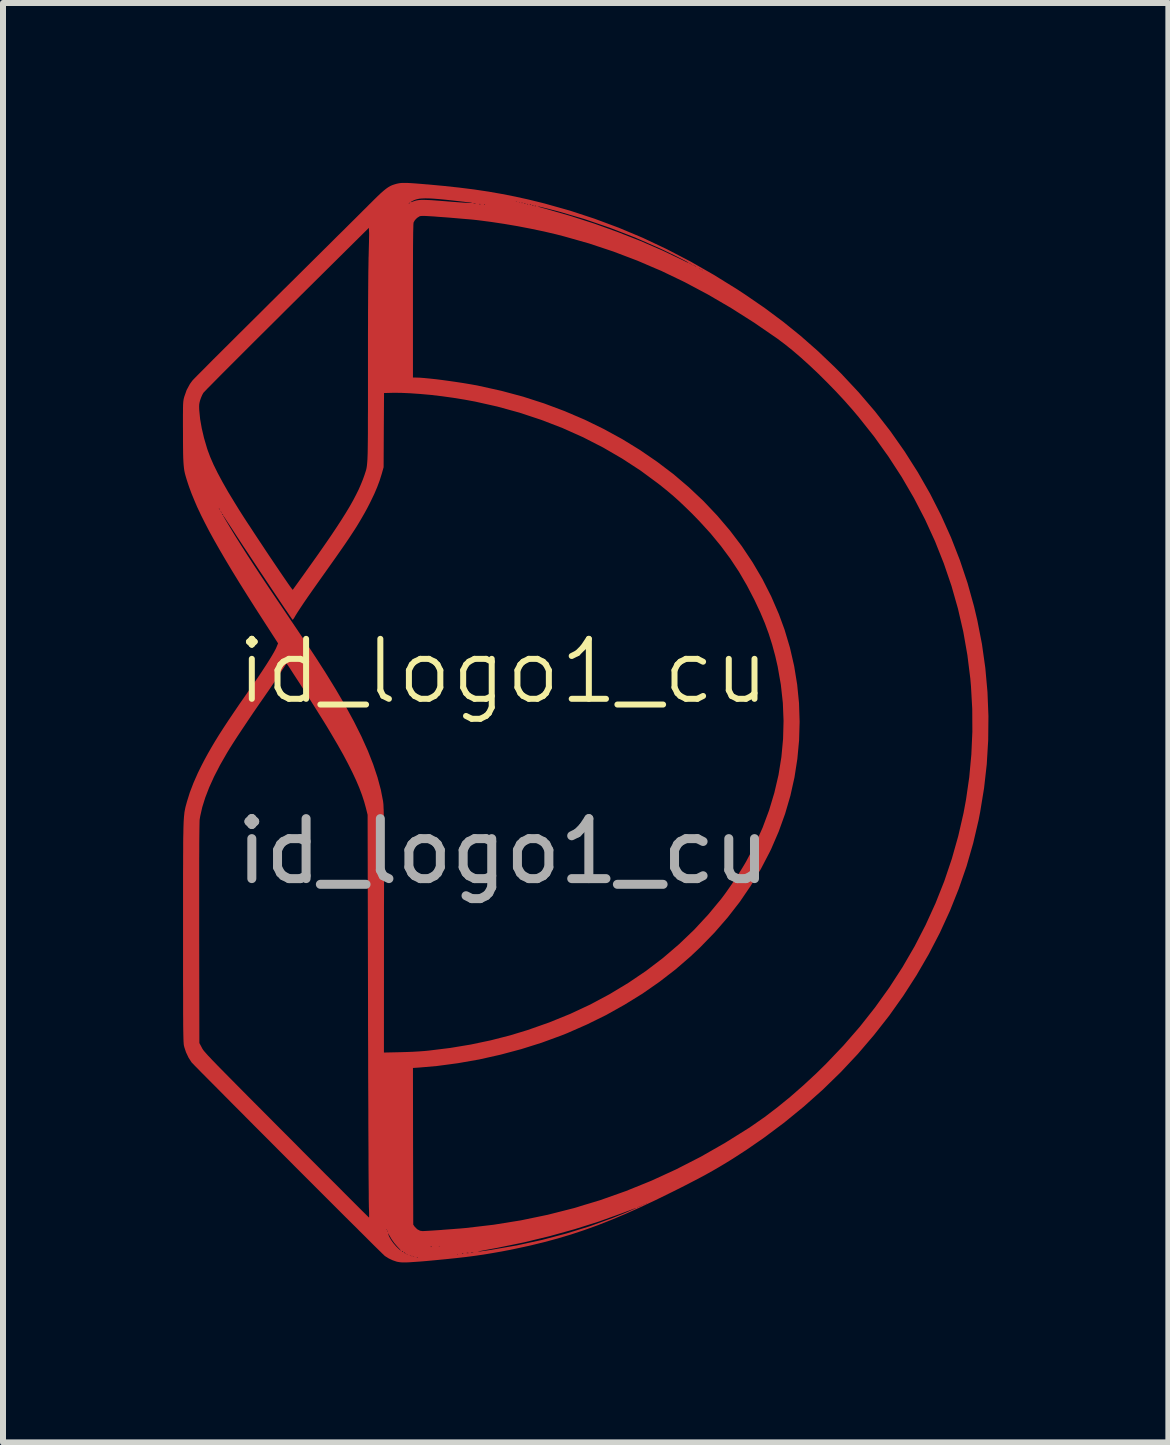
<source format=kicad_pcb>
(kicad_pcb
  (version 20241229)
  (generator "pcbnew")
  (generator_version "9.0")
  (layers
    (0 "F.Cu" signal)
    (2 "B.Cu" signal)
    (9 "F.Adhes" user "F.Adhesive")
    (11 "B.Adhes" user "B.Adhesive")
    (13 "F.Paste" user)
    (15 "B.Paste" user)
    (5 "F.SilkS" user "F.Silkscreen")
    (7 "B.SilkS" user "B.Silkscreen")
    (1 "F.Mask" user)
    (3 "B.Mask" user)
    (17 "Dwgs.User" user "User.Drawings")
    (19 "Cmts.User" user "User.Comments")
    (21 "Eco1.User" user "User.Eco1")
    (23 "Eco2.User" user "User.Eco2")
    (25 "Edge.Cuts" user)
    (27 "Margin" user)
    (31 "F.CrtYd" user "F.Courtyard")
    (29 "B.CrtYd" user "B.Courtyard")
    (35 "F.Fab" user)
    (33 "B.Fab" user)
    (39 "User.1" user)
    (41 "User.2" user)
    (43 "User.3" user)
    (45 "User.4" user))
  (footprint "id_logo1_cu"
    (layer "F.Cu")
    (at 5.339 8.644)
    (property "Reference" "id_logo1_cu" (at 0 -0.5 0) (unlocked yes) (layer "F.SilkS") (effects (font (size 1 1) (thickness 0.1))))
    (attr smd)
    (fp_poly (pts (xy -1.6 -8.644) (xy -1.541 -8.641) (xy -1.468 -8.636) (xy -1.381 -8.629) (xy -1.275 -8.62) (xy -1.268 -8.62) (xy -0.99 -8.594) (xy -0.73 -8.566) (xy -0.484 -8.535) (xy -0.249 -8.5) (xy -0.021 -8.46) (xy 0.202 -8.416) (xy 0.424 -8.367) (xy 0.648 -8.312) (xy 0.695 -8.3) (xy 1.114 -8.182) (xy 1.525 -8.047) (xy 1.93 -7.896) (xy 2.33 -7.728) (xy 2.726 -7.541) (xy 3.12 -7.336) (xy 3.512 -7.112) (xy 3.904 -6.869) (xy 4.039 -6.78) (xy 4.362 -6.558) (xy 4.668 -6.33) (xy 4.961 -6.093) (xy 5.244 -5.844) (xy 5.521 -5.58) (xy 5.637 -5.464) (xy 5.926 -5.155) (xy 6.199 -4.836) (xy 6.455 -4.507) (xy 6.693 -4.168) (xy 6.914 -3.82) (xy 7.117 -3.465) (xy 7.302 -3.101) (xy 7.468 -2.731) (xy 7.615 -2.354) (xy 7.743 -1.972) (xy 7.851 -1.584) (xy 7.906 -1.35) (xy 7.983 -0.955) (xy 8.039 -0.557) (xy 8.075 -0.156) (xy 8.091 0.245) (xy 8.087 0.647) (xy 8.063 1.049) (xy 8.018 1.448) (xy 7.953 1.845) (xy 7.927 1.979) (xy 7.837 2.364) (xy 7.727 2.746) (xy 7.597 3.122) (xy 7.449 3.492) (xy 7.282 3.856) (xy 7.097 4.213) (xy 6.894 4.563) (xy 6.674 4.905) (xy 6.438 5.238) (xy 6.184 5.562) (xy 5.915 5.877) (xy 5.63 6.181) (xy 5.329 6.474) (xy 5.014 6.755) (xy 4.685 7.024) (xy 4.341 7.281) (xy 4.06 7.475) (xy 3.94 7.553) (xy 3.827 7.626) (xy 3.717 7.694) (xy 3.607 7.76) (xy 3.495 7.825) (xy 3.379 7.89) (xy 3.254 7.957) (xy 3.119 8.027) (xy 2.971 8.103) (xy 2.811 8.183) (xy 2.542 8.315) (xy 2.287 8.435) (xy 2.043 8.544) (xy 1.809 8.643) (xy 1.58 8.733) (xy 1.356 8.814) (xy 1.133 8.888) (xy 0.909 8.955) (xy 0.683 9.016) (xy 0.45 9.073) (xy 0.21 9.125) (xy 0.114 9.145) (xy -0.033 9.173) (xy -0.176 9.198) (xy -0.319 9.222) (xy -0.464 9.243) (xy -0.615 9.263) (xy -0.774 9.281) (xy -0.946 9.299) (xy -1.132 9.317) (xy -1.282 9.331) (xy -1.39 9.34) (xy -1.479 9.346) (xy -1.552 9.351) (xy -1.612 9.354) (xy -1.661 9.354) (xy -1.701 9.353) (xy -1.734 9.349) (xy -1.763 9.344) (xy -1.779 9.34) (xy -1.843 9.318) (xy -1.909 9.287) (xy -1.94 9.267) (xy -1.439 9.267) (xy -1.438 9.273) (xy -1.432 9.274) (xy -1.424 9.27) (xy -1.425 9.267) (xy -1.438 9.266) (xy -1.439 9.267) (xy -1.94 9.267) (xy -1.954 9.259) (xy -1.494 9.259) (xy -1.489 9.264) (xy -1.484 9.259) (xy -1.489 9.253) (xy -1.494 9.259) (xy -1.954 9.259) (xy -1.966 9.251) (xy -1.969 9.248) (xy -1.525 9.248) (xy -1.52 9.253) (xy -1.515 9.248) (xy -1.52 9.243) (xy -1.525 9.248) (xy -1.969 9.248) (xy -1.977 9.243) (xy -1.982 9.238) (xy -1.556 9.238) (xy -1.55 9.243) (xy -1.545 9.238) (xy -1.55 9.233) (xy -1.556 9.238) (xy -1.982 9.238) (xy -1.989 9.231) (xy -2.003 9.217) (xy -1.607 9.217) (xy -1.602 9.223) (xy -1.597 9.217) (xy -0.764 9.217) (xy -0.759 9.223) (xy -0.754 9.217) (xy -0.759 9.212) (xy -0.764 9.217) (xy -1.597 9.217) (xy -1.602 9.212) (xy -1.607 9.217) (xy -2.003 9.217) (xy -2.014 9.207) (xy -1.628 9.207) (xy -1.622 9.212) (xy -1.62 9.21) (xy -0.688 9.21) (xy -0.678 9.212) (xy -0.665 9.21) (xy -0.664 9.206) (xy -0.678 9.204) (xy -0.684 9.205) (xy -0.688 9.21) (xy -1.62 9.21) (xy -1.617 9.207) (xy -1.622 9.202) (xy -1.628 9.207) (xy -2.014 9.207) (xy -2.015 9.207) (xy -2.037 9.184) (xy -1.657 9.184) (xy -1.654 9.19) (xy -1.644 9.201) (xy -1.638 9.199) (xy -1.638 9.198) (xy -0.612 9.198) (xy -0.598 9.2) (xy -0.595 9.2) (xy -0.577 9.199) (xy -0.576 9.196) (xy -0.577 9.195) (xy -0.597 9.193) (xy -0.608 9.195) (xy -0.612 9.198) (xy -1.638 9.198) (xy -1.638 9.198) (xy -1.645 9.189) (xy -1.647 9.188) (xy -0.539 9.188) (xy -0.525 9.189) (xy -0.518 9.189) (xy -0.499 9.188) (xy -0.497 9.186) (xy -0.5 9.185) (xy -0.526 9.183) (xy -0.536 9.185) (xy -0.539 9.188) (xy -1.647 9.188) (xy -1.65 9.186) (xy -1.657 9.184) (xy -2.037 9.184) (xy -2.053 9.169) (xy -2.058 9.164) (xy -1.688 9.164) (xy -1.685 9.17) (xy -1.675 9.181) (xy -1.669 9.178) (xy -1.669 9.177) (xy -1.671 9.174) (xy -0.423 9.174) (xy -0.415 9.174) (xy -0.388 9.172) (xy -0.342 9.165) (xy -0.277 9.156) (xy -0.199 9.144) (xy 0.231 9.07) (xy 0.649 8.979) (xy 1.054 8.872) (xy 1.448 8.75) (xy 1.83 8.611) (xy 1.93 8.571) (xy 1.993 8.546) (xy 2.052 8.521) (xy 2.106 8.498) (xy 2.151 8.478) (xy 2.187 8.462) (xy 2.21 8.451) (xy 2.219 8.446) (xy 2.212 8.447) (xy 2.21 8.448) (xy 2.195 8.453) (xy 2.163 8.465) (xy 2.119 8.482) (xy 2.065 8.502) (xy 2.005 8.525) (xy 1.989 8.531) (xy 1.6 8.671) (xy 1.195 8.799) (xy 0.775 8.916) (xy 0.341 9.021) (xy -0.107 9.113) (xy -0.26 9.141) (xy -0.33 9.154) (xy -0.381 9.164) (xy -0.412 9.171) (xy -0.423 9.174) (xy -1.671 9.174) (xy -1.676 9.168) (xy -1.68 9.165) (xy -1.688 9.164) (xy -2.058 9.164) (xy -2.104 9.119) (xy -2.166 9.058) (xy -2.238 8.986) (xy -2.319 8.905) (xy -2.355 8.869) (xy -1.92 8.869) (xy -1.92 8.873) (xy -1.901 8.922) (xy -1.869 8.979) (xy -1.828 9.036) (xy -1.782 9.089) (xy -1.78 9.091) (xy -1.742 9.128) (xy -1.717 9.151) (xy -1.706 9.159) (xy -1.709 9.153) (xy -1.725 9.132) (xy -1.757 9.098) (xy -1.758 9.097) (xy -1.212 9.097) (xy -1.202 9.098) (xy -1.189 9.097) (xy -1.188 9.093) (xy -1.202 9.091) (xy -1.208 9.092) (xy -1.212 9.097) (xy -1.758 9.097) (xy -1.768 9.086) (xy -1.77 9.084) (xy -1.073 9.084) (xy -1.068 9.089) (xy -1.062 9.084) (xy -1.068 9.079) (xy -1.073 9.084) (xy -1.77 9.084) (xy -1.816 9.03) (xy -1.86 8.968) (xy -1.882 8.93) (xy -1.901 8.897) (xy -1.914 8.876) (xy -1.92 8.869) (xy -2.355 8.869) (xy -2.393 8.832) (xy -1.936 8.832) (xy -1.932 8.841) (xy -1.929 8.839) (xy -1.928 8.827) (xy -1.929 8.825) (xy -1.935 8.827) (xy -1.936 8.832) (xy -2.393 8.832) (xy -2.41 8.815) (xy -2.418 8.806) (xy -1.946 8.806) (xy -1.941 8.812) (xy -1.936 8.806) (xy -1.941 8.801) (xy -1.946 8.806) (xy -2.418 8.806) (xy -2.508 8.717) (xy -2.614 8.612) (xy -2.726 8.5) (xy -2.843 8.383) (xy -2.965 8.261) (xy -3.091 8.135) (xy -3.22 8.006) (xy -3.351 7.875) (xy -3.484 7.742) (xy -3.617 7.608) (xy -3.75 7.475) (xy -3.882 7.342) (xy -4.012 7.212) (xy -4.14 7.084) (xy -4.264 6.959) (xy -4.384 6.838) (xy -4.499 6.723) (xy -4.608 6.613) (xy -4.71 6.51) (xy -4.805 6.414) (xy -4.892 6.327) (xy -4.969 6.249) (xy -5.037 6.181) (xy -5.093 6.123) (xy -5.139 6.077) (xy -5.171 6.043) (xy -5.191 6.023) (xy -5.196 6.017) (xy -5.246 5.939) (xy -5.288 5.85) (xy -5.317 5.762) (xy -5.319 5.752) (xy -5.322 5.741) (xy -5.324 5.729) (xy -5.326 5.714) (xy -5.327 5.695) (xy -5.329 5.672) (xy -5.33 5.644) (xy -5.331 5.61) (xy -5.332 5.568) (xy -5.333 5.518) (xy -5.334 5.459) (xy -5.335 5.39) (xy -5.335 5.311) (xy -5.336 5.219) (xy -5.336 5.115) (xy -5.336 4.997) (xy -5.336 4.864) (xy -5.337 4.716) (xy -5.337 4.552) (xy -5.337 4.37) (xy -5.337 4.17) (xy -5.337 3.951) (xy -5.337 3.846) (xy -5.337 3.612) (xy -5.337 3.398) (xy -5.337 3.202) (xy -5.337 3.147) (xy -5.068 3.147) (xy -5.068 3.356) (xy -5.068 3.583) (xy -5.068 3.831) (xy -5.068 3.871) (xy -5.065 5.696) (xy -5.023 5.775) (xy -5.018 5.785) (xy -5.012 5.795) (xy -5.004 5.807) (xy -4.994 5.821) (xy -4.981 5.837) (xy -4.964 5.856) (xy -4.944 5.879) (xy -4.919 5.907) (xy -4.888 5.939) (xy -4.852 5.978) (xy -4.809 6.022) (xy -4.759 6.074) (xy -4.701 6.133) (xy -4.634 6.201) (xy -4.558 6.278) (xy -4.473 6.364) (xy -4.378 6.46) (xy -4.271 6.568) (xy -4.153 6.687) (xy -4.022 6.818) (xy -3.879 6.962) (xy -3.723 7.119) (xy -3.612 7.23) (xy -3.472 7.37) (xy -3.337 7.507) (xy -3.205 7.639) (xy -3.079 7.765) (xy -2.959 7.886) (xy -2.845 7.999) (xy -2.739 8.105) (xy -2.642 8.203) (xy -2.553 8.292) (xy -2.473 8.372) (xy -2.404 8.441) (xy -2.346 8.499) (xy -2.299 8.545) (xy -2.265 8.579) (xy -2.244 8.599) (xy -2.237 8.606) (xy -2.235 8.596) (xy -2.235 8.569) (xy -2.235 8.528) (xy -2.237 8.477) (xy -2.239 8.424) (xy -2.239 8.399) (xy -2.24 8.354) (xy -2.241 8.291) (xy -2.241 8.209) (xy -2.242 8.11) (xy -2.243 7.995) (xy -2.244 7.865) (xy -2.245 7.719) (xy -2.245 7.56) (xy -2.246 7.389) (xy -2.247 7.204) (xy -2.248 7.009) (xy -2.248 6.803) (xy -2.249 6.588) (xy -2.25 6.364) (xy -2.251 6.132) (xy -2.251 6.112) (xy -1.504 6.112) (xy -1.502 7.418) (xy -1.499 8.724) (xy -1.475 8.759) (xy -1.433 8.801) (xy -1.385 8.826) (xy -1.343 8.832) (xy -1.322 8.831) (xy -1.283 8.829) (xy -1.23 8.826) (xy -1.166 8.822) (xy -1.094 8.817) (xy -1.018 8.812) (xy -1.015 8.811) (xy -0.933 8.805) (xy -0.852 8.799) (xy -0.776 8.793) (xy -0.709 8.788) (xy -0.655 8.783) (xy -0.621 8.78) (xy -0.16 8.726) (xy 0.294 8.653) (xy 0.742 8.56) (xy 1.183 8.448) (xy 1.22 8.437) (xy 2.236 8.437) (xy 2.241 8.442) (xy 2.246 8.437) (xy 2.241 8.431) (xy 2.236 8.437) (xy 1.22 8.437) (xy 1.259 8.425) (xy 2.26 8.425) (xy 2.261 8.431) (xy 2.267 8.431) (xy 2.275 8.428) (xy 2.274 8.425) (xy 2.261 8.423) (xy 2.26 8.425) (xy 1.259 8.425) (xy 1.287 8.416) (xy 2.287 8.416) (xy 2.292 8.421) (xy 2.298 8.416) (xy 2.292 8.411) (xy 2.287 8.416) (xy 1.287 8.416) (xy 1.321 8.406) (xy 2.308 8.406) (xy 2.313 8.411) (xy 2.318 8.406) (xy 2.313 8.401) (xy 2.308 8.406) (xy 1.321 8.406) (xy 1.355 8.395) (xy 2.328 8.395) (xy 2.334 8.401) (xy 2.339 8.395) (xy 2.334 8.39) (xy 2.328 8.395) (xy 1.355 8.395) (xy 1.389 8.385) (xy 2.359 8.385) (xy 2.364 8.39) (xy 2.369 8.385) (xy 2.364 8.38) (xy 2.359 8.385) (xy 1.389 8.385) (xy 1.423 8.375) (xy 2.38 8.375) (xy 2.385 8.38) (xy 2.39 8.375) (xy 2.385 8.37) (xy 2.38 8.375) (xy 1.423 8.375) (xy 1.618 8.316) (xy 2.047 8.164) (xy 2.469 7.993) (xy 2.885 7.802) (xy 3.295 7.592) (xy 3.698 7.362) (xy 4.096 7.113) (xy 4.155 7.073) (xy 4.36 6.93) (xy 4.57 6.77) (xy 4.785 6.595) (xy 5.001 6.406) (xy 5.217 6.206) (xy 5.384 6.042) (xy 5.673 5.739) (xy 5.946 5.425) (xy 6.201 5.102) (xy 6.439 4.77) (xy 6.659 4.43) (xy 6.861 4.082) (xy 7.044 3.727) (xy 7.209 3.365) (xy 7.355 2.997) (xy 7.481 2.623) (xy 7.588 2.244) (xy 7.676 1.861) (xy 7.717 1.639) (xy 7.771 1.265) (xy 7.806 0.886) (xy 7.823 0.505) (xy 7.821 0.125) (xy 7.8 -0.251) (xy 7.789 -0.379) (xy 7.74 -0.772) (xy 7.672 -1.16) (xy 7.583 -1.545) (xy 7.475 -1.925) (xy 7.347 -2.3) (xy 7.2 -2.67) (xy 7.034 -3.033) (xy 6.849 -3.39) (xy 6.646 -3.739) (xy 6.424 -4.081) (xy 6.185 -4.415) (xy 5.927 -4.74) (xy 5.827 -4.859) (xy 5.692 -5.012) (xy 5.551 -5.164) (xy 5.405 -5.314) (xy 5.257 -5.461) (xy 5.109 -5.601) (xy 4.964 -5.732) (xy 4.823 -5.853) (xy 4.689 -5.96) (xy 4.572 -6.048) (xy 4.187 -6.313) (xy 3.801 -6.558) (xy 3.414 -6.784) (xy 3.025 -6.991) (xy 2.634 -7.179) (xy 2.603 -7.192) (xy 3.315 -7.192) (xy 3.32 -7.187) (xy 3.325 -7.192) (xy 3.32 -7.197) (xy 3.315 -7.192) (xy 2.603 -7.192) (xy 2.579 -7.202) (xy 3.294 -7.202) (xy 3.299 -7.197) (xy 3.305 -7.202) (xy 3.299 -7.207) (xy 3.294 -7.202) (xy 2.579 -7.202) (xy 2.555 -7.212) (xy 3.274 -7.212) (xy 3.279 -7.207) (xy 3.284 -7.212) (xy 3.279 -7.218) (xy 3.274 -7.212) (xy 2.555 -7.212) (xy 2.459 -7.253) (xy 3.202 -7.253) (xy 3.207 -7.248) (xy 3.212 -7.253) (xy 3.207 -7.259) (xy 3.202 -7.253) (xy 2.459 -7.253) (xy 2.435 -7.264) (xy 3.181 -7.264) (xy 3.186 -7.259) (xy 3.191 -7.264) (xy 3.186 -7.269) (xy 3.181 -7.264) (xy 2.435 -7.264) (xy 2.411 -7.274) (xy 3.161 -7.274) (xy 3.166 -7.269) (xy 3.171 -7.274) (xy 3.166 -7.279) (xy 3.161 -7.274) (xy 2.411 -7.274) (xy 2.387 -7.284) (xy 3.14 -7.284) (xy 3.145 -7.279) (xy 3.15 -7.284) (xy 3.145 -7.289) (xy 3.14 -7.284) (xy 2.387 -7.284) (xy 2.363 -7.295) (xy 3.12 -7.295) (xy 3.125 -7.289) (xy 3.13 -7.295) (xy 3.125 -7.3) (xy 3.12 -7.295) (xy 2.363 -7.295) (xy 2.339 -7.305) (xy 3.099 -7.305) (xy 3.104 -7.3) (xy 3.109 -7.305) (xy 3.104 -7.31) (xy 3.099 -7.305) (xy 2.339 -7.305) (xy 2.238 -7.348) (xy 1.838 -7.5) (xy 1.432 -7.635) (xy 1.019 -7.752) (xy 0.88 -7.788) (xy 0.679 -7.835) (xy 0.464 -7.88) (xy 0.241 -7.923) (xy 0.018 -7.961) (xy -0.201 -7.994) (xy -0.408 -8.021) (xy -0.435 -8.024) (xy -0.477 -8.029) (xy -0.537 -8.035) (xy -0.61 -8.041) (xy -0.694 -8.048) (xy -0.785 -8.056) (xy -0.879 -8.064) (xy -0.967 -8.071) (xy -1.069 -8.078) (xy -1.153 -8.085) (xy -1.22 -8.089) (xy -1.273 -8.092) (xy -1.313 -8.094) (xy -1.344 -8.094) (xy -1.365 -8.093) (xy -1.381 -8.091) (xy -1.392 -8.088) (xy -1.394 -8.087) (xy -1.435 -8.061) (xy -1.471 -8.024) (xy -1.493 -7.985) (xy -1.495 -7.971) (xy -1.497 -7.94) (xy -1.498 -7.892) (xy -1.5 -7.825) (xy -1.501 -7.74) (xy -1.502 -7.637) (xy -1.503 -7.514) (xy -1.503 -7.373) (xy -1.504 -7.212) (xy -1.504 -7.031) (xy -1.504 -6.831) (xy -1.504 -6.677) (xy -1.504 -5.399) (xy -1.45 -5.399) (xy -1.39 -5.397) (xy -1.313 -5.391) (xy -1.221 -5.382) (xy -1.118 -5.371) (xy -1.008 -5.357) (xy -0.892 -5.341) (xy -0.774 -5.324) (xy -0.657 -5.306) (xy -0.544 -5.287) (xy -0.437 -5.268) (xy -0.4 -5.26) (xy -0.03 -5.178) (xy 0.331 -5.081) (xy 0.682 -4.968) (xy 1.024 -4.84) (xy 1.356 -4.698) (xy 1.676 -4.542) (xy 1.985 -4.373) (xy 2.283 -4.19) (xy 2.567 -3.995) (xy 2.839 -3.789) (xy 3.096 -3.57) (xy 3.34 -3.34) (xy 3.568 -3.099) (xy 3.781 -2.849) (xy 3.979 -2.588) (xy 4.159 -2.318) (xy 4.323 -2.039) (xy 4.469 -1.751) (xy 4.597 -1.455) (xy 4.692 -1.196) (xy 4.782 -0.894) (xy 4.852 -0.589) (xy 4.902 -0.281) (xy 4.933 0.029) (xy 4.943 0.34) (xy 4.934 0.65) (xy 4.905 0.96) (xy 4.857 1.268) (xy 4.789 1.573) (xy 4.701 1.874) (xy 4.594 2.171) (xy 4.468 2.463) (xy 4.446 2.508) (xy 4.296 2.796) (xy 4.129 3.073) (xy 3.946 3.342) (xy 3.744 3.602) (xy 3.525 3.854) (xy 3.286 4.1) (xy 3.125 4.252) (xy 2.874 4.469) (xy 2.606 4.676) (xy 2.323 4.873) (xy 2.025 5.057) (xy 1.716 5.23) (xy 1.395 5.388) (xy 1.065 5.533) (xy 0.969 5.571) (xy 0.642 5.691) (xy 0.302 5.798) (xy -0.046 5.891) (xy -0.398 5.97) (xy -0.751 6.032) (xy -1.102 6.079) (xy -1.399 6.105) (xy -1.504 6.112) (xy -2.251 6.112) (xy -2.251 5.893) (xy -2.252 5.648) (xy -2.253 5.397) (xy -2.253 5.142) (xy -2.253 5.066) (xy -2.26 1.891) (xy -2.287 1.782) (xy -2.317 1.673) (xy -2.354 1.56) (xy -2.398 1.443) (xy -2.451 1.318) (xy -2.513 1.186) (xy -2.584 1.044) (xy -2.665 0.891) (xy -2.758 0.726) (xy -2.863 0.547) (xy -2.925 0.443) (xy -2.956 0.392) (xy -2.993 0.332) (xy -3.036 0.263) (xy -3.084 0.187) (xy -3.135 0.105) (xy -3.188 0.021) (xy -3.243 -0.065) (xy -3.298 -0.151) (xy -3.352 -0.236) (xy -3.403 -0.316) (xy -3.452 -0.391) (xy -3.496 -0.459) (xy -3.534 -0.518) (xy -3.566 -0.567) (xy -3.59 -0.603) (xy -3.605 -0.624) (xy -3.611 -0.631) (xy -3.618 -0.622) (xy -3.633 -0.6) (xy -3.656 -0.565) (xy -3.684 -0.523) (xy -3.701 -0.495) (xy -3.73 -0.45) (xy -3.768 -0.392) (xy -3.813 -0.325) (xy -3.862 -0.252) (xy -3.913 -0.177) (xy -3.964 -0.104) (xy -3.965 -0.102) (xy -4.071 0.05) (xy -4.171 0.196) (xy -4.264 0.334) (xy -4.351 0.464) (xy -4.43 0.583) (xy -4.499 0.69) (xy -4.558 0.783) (xy -4.606 0.862) (xy -4.607 0.864) (xy -4.721 1.063) (xy -4.819 1.253) (xy -4.901 1.434) (xy -4.967 1.605) (xy -5.017 1.765) (xy -5.051 1.915) (xy -5.059 1.963) (xy -5.061 1.981) (xy -5.062 2.012) (xy -5.063 2.056) (xy -5.064 2.115) (xy -5.065 2.187) (xy -5.066 2.275) (xy -5.067 2.378) (xy -5.067 2.498) (xy -5.068 2.634) (xy -5.068 2.787) (xy -5.068 2.958) (xy -5.068 3.147) (xy -5.337 3.147) (xy -5.337 3.024) (xy -5.337 2.863) (xy -5.336 2.718) (xy -5.336 2.587) (xy -5.335 2.47) (xy -5.335 2.366) (xy -5.334 2.274) (xy -5.332 2.193) (xy -5.331 2.122) (xy -5.329 2.06) (xy -5.327 2.006) (xy -5.324 1.959) (xy -5.321 1.918) (xy -5.317 1.882) (xy -5.314 1.851) (xy -5.309 1.823) (xy -5.304 1.797) (xy -5.299 1.772) (xy -5.293 1.748) (xy -5.286 1.723) (xy -5.279 1.697) (xy -5.271 1.668) (xy -5.224 1.518) (xy -5.164 1.361) (xy -5.09 1.193) (xy -5.029 1.069) (xy -4.978 0.971) (xy -4.925 0.874) (xy -4.868 0.774) (xy -4.807 0.671) (xy -4.74 0.562) (xy -4.666 0.447) (xy -4.584 0.322) (xy -4.493 0.187) (xy -4.392 0.038) (xy -4.284 -0.117) (xy -4.184 -0.262) (xy -4.095 -0.39) (xy -4.019 -0.504) (xy -3.953 -0.605) (xy -3.898 -0.692) (xy -3.852 -0.767) (xy -3.816 -0.83) (xy -3.788 -0.883) (xy -3.77 -0.926) (xy -3.753 -0.968) (xy -3.971 -1.306) (xy -4.125 -1.545) (xy -4.267 -1.769) (xy -4.398 -1.978) (xy -4.518 -2.174) (xy -4.627 -2.356) (xy -4.727 -2.527) (xy -4.818 -2.687) (xy -4.9 -2.836) (xy -4.973 -2.977) (xy -5.036 -3.102) (xy -4.671 -3.102) (xy -4.668 -3.093) (xy -4.653 -3.067) (xy -4.627 -3.023) (xy -4.59 -2.961) (xy -4.543 -2.883) (xy -4.542 -2.881) (xy -4.458 -2.744) (xy -4.365 -2.596) (xy -4.263 -2.436) (xy -4.151 -2.264) (xy -4.029 -2.079) (xy -3.896 -1.88) (xy -3.751 -1.665) (xy -3.729 -1.633) (xy -3.621 -1.473) (xy -3.524 -1.329) (xy -3.436 -1.199) (xy -3.357 -1.081) (xy -3.286 -0.975) (xy -3.221 -0.879) (xy -3.163 -0.791) (xy -3.11 -0.71) (xy -3.061 -0.634) (xy -3.015 -0.562) (xy -2.971 -0.494) (xy -2.929 -0.426) (xy -2.887 -0.358) (xy -2.844 -0.288) (xy -2.8 -0.216) (xy -2.786 -0.193) (xy -2.628 0.077) (xy -2.487 0.337) (xy -2.363 0.585) (xy -2.256 0.823) (xy -2.167 1.05) (xy -2.095 1.266) (xy -2.04 1.471) (xy -2.002 1.665) (xy -2.002 1.669) (xy -2 1.684) (xy -1.998 1.701) (xy -1.996 1.721) (xy -1.995 1.745) (xy -1.994 1.775) (xy -1.992 1.81) (xy -1.991 1.853) (xy -1.99 1.903) (xy -1.989 1.961) (xy -1.989 2.029) (xy -1.988 2.108) (xy -1.988 2.197) (xy -1.987 2.299) (xy -1.987 2.414) (xy -1.987 2.542) (xy -1.986 2.685) (xy -1.986 2.844) (xy -1.986 3.019) (xy -1.986 3.212) (xy -1.987 3.423) (xy -1.987 3.652) (xy -1.987 3.817) (xy -1.988 5.855) (xy -1.713 5.849) (xy -1.61 5.846) (xy -1.505 5.842) (xy -1.402 5.836) (xy -1.308 5.829) (xy -1.237 5.822) (xy -0.881 5.778) (xy -0.538 5.721) (xy -0.206 5.651) (xy 0.118 5.568) (xy 0.407 5.48) (xy 0.768 5.353) (xy 1.117 5.211) (xy 1.453 5.054) (xy 1.776 4.881) (xy 2.086 4.694) (xy 2.383 4.493) (xy 2.665 4.278) (xy 2.932 4.049) (xy 3.185 3.807) (xy 3.422 3.551) (xy 3.634 3.295) (xy 3.686 3.226) (xy 3.744 3.145) (xy 3.806 3.056) (xy 3.869 2.962) (xy 3.93 2.869) (xy 3.985 2.781) (xy 4.032 2.703) (xy 4.05 2.672) (xy 4.198 2.391) (xy 4.326 2.105) (xy 4.434 1.815) (xy 4.522 1.522) (xy 4.591 1.226) (xy 4.639 0.927) (xy 4.667 0.627) (xy 4.675 0.326) (xy 4.663 0.024) (xy 4.63 -0.278) (xy 4.577 -0.58) (xy 4.536 -0.759) (xy 4.485 -0.947) (xy 4.428 -1.127) (xy 4.363 -1.304) (xy 4.287 -1.484) (xy 4.199 -1.672) (xy 4.188 -1.695) (xy 4.063 -1.935) (xy 3.93 -2.163) (xy 3.786 -2.381) (xy 3.63 -2.591) (xy 3.46 -2.798) (xy 3.273 -3.003) (xy 3.146 -3.134) (xy 3.037 -3.24) (xy 2.937 -3.335) (xy 2.84 -3.422) (xy 2.741 -3.506) (xy 2.636 -3.591) (xy 2.585 -3.631) (xy 2.291 -3.848) (xy 1.984 -4.048) (xy 1.664 -4.234) (xy 1.332 -4.404) (xy 0.99 -4.557) (xy 0.637 -4.693) (xy 0.275 -4.813) (xy -0.095 -4.915) (xy -0.465 -4.998) (xy -0.644 -5.031) (xy -0.829 -5.061) (xy -1.015 -5.087) (xy -1.199 -5.109) (xy -1.377 -5.125) (xy -1.546 -5.137) (xy -1.703 -5.144) (xy -1.845 -5.145) (xy -1.861 -5.144) (xy -1.986 -5.141) (xy -1.99 -4.523) (xy -1.993 -3.904) (xy -2.025 -3.791) (xy -2.059 -3.683) (xy -2.1 -3.573) (xy -2.149 -3.458) (xy -2.21 -3.331) (xy -2.224 -3.303) (xy -2.264 -3.225) (xy -2.306 -3.148) (xy -2.35 -3.071) (xy -2.397 -2.991) (xy -2.448 -2.907) (xy -2.505 -2.819) (xy -2.568 -2.723) (xy -2.639 -2.618) (xy -2.719 -2.503) (xy -2.808 -2.376) (xy -2.908 -2.235) (xy -2.976 -2.139) (xy -3.078 -1.995) (xy -3.17 -1.865) (xy -3.252 -1.748) (xy -3.322 -1.646) (xy -3.38 -1.559) (xy -3.427 -1.487) (xy -3.462 -1.431) (xy -3.477 -1.404) (xy -3.493 -1.379) (xy -3.506 -1.363) (xy -3.51 -1.361) (xy -3.517 -1.369) (xy -3.534 -1.393) (xy -3.56 -1.431) (xy -3.595 -1.483) (xy -3.638 -1.545) (xy -3.687 -1.618) (xy -3.741 -1.699) (xy -3.801 -1.788) (xy -3.864 -1.882) (xy -3.93 -1.981) (xy -3.997 -2.082) (xy -4.066 -2.185) (xy -4.134 -2.288) (xy -4.201 -2.389) (xy -4.266 -2.488) (xy -4.329 -2.582) (xy -4.387 -2.671) (xy -4.441 -2.753) (xy -4.488 -2.826) (xy -4.527 -2.886) (xy -4.578 -2.964) (xy -4.618 -3.025) (xy -4.646 -3.068) (xy -4.664 -3.094) (xy -4.671 -3.102) (xy -5.036 -3.102) (xy -5.039 -3.109) (xy -5.047 -3.125) (xy -4.688 -3.125) (xy -4.685 -3.119) (xy -4.675 -3.108) (xy -4.669 -3.111) (xy -4.669 -3.112) (xy -4.676 -3.121) (xy -4.681 -3.124) (xy -4.688 -3.125) (xy -5.047 -3.125) (xy -5.055 -3.143) (xy -4.7 -3.143) (xy -4.695 -3.138) (xy -4.69 -3.143) (xy -4.695 -3.149) (xy -4.7 -3.143) (xy -5.055 -3.143) (xy -5.065 -3.164) (xy -4.71 -3.164) (xy -4.705 -3.159) (xy -4.7 -3.164) (xy -4.705 -3.169) (xy -4.71 -3.164) (xy -5.065 -3.164) (xy -5.08 -3.195) (xy -4.731 -3.195) (xy -4.725 -3.19) (xy -4.72 -3.195) (xy -4.725 -3.2) (xy -4.731 -3.195) (xy -5.08 -3.195) (xy -5.089 -3.215) (xy -4.741 -3.215) (xy -4.736 -3.21) (xy -4.731 -3.215) (xy -4.736 -3.221) (xy -4.741 -3.215) (xy -5.089 -3.215) (xy -5.098 -3.233) (xy -5.149 -3.352) (xy -5.195 -3.464) (xy -5.235 -3.572) (xy -5.25 -3.616) (xy -5.268 -3.671) (xy -5.283 -3.719) (xy -5.296 -3.763) (xy -5.307 -3.805) (xy -5.316 -3.847) (xy -5.322 -3.891) (xy -5.327 -3.94) (xy -5.331 -3.996) (xy -5.334 -4.06) (xy -5.336 -4.137) (xy -5.337 -4.226) (xy -5.338 -4.332) (xy -5.338 -4.455) (xy -5.338 -4.474) (xy -5.339 -4.591) (xy -5.339 -4.689) (xy -5.339 -4.771) (xy -5.338 -4.838) (xy -5.338 -4.892) (xy -5.337 -4.919) (xy -5.069 -4.919) (xy -5.068 -4.873) (xy -5.066 -4.845) (xy -5.052 -4.705) (xy -5.025 -4.552) (xy -4.987 -4.39) (xy -4.937 -4.22) (xy -4.924 -4.181) (xy -4.883 -4.072) (xy -4.829 -3.948) (xy -4.761 -3.81) (xy -4.679 -3.657) (xy -4.584 -3.49) (xy -4.474 -3.309) (xy -4.405 -3.197) (xy -4.365 -3.134) (xy -4.319 -3.062) (xy -4.267 -2.982) (xy -4.21 -2.896) (xy -4.15 -2.804) (xy -4.088 -2.71) (xy -4.024 -2.614) (xy -3.96 -2.517) (xy -3.896 -2.421) (xy -3.834 -2.329) (xy -3.774 -2.24) (xy -3.718 -2.157) (xy -3.666 -2.081) (xy -3.62 -2.014) (xy -3.581 -1.957) (xy -3.549 -1.912) (xy -3.525 -1.88) (xy -3.512 -1.863) (xy -3.509 -1.86) (xy -3.501 -1.87) (xy -3.483 -1.895) (xy -3.455 -1.934) (xy -3.419 -1.984) (xy -3.376 -2.044) (xy -3.327 -2.112) (xy -3.274 -2.187) (xy -3.218 -2.265) (xy -3.091 -2.444) (xy -2.976 -2.609) (xy -2.872 -2.76) (xy -2.78 -2.898) (xy -2.697 -3.025) (xy -2.623 -3.143) (xy -2.558 -3.251) (xy -2.501 -3.352) (xy -2.452 -3.446) (xy -2.408 -3.535) (xy -2.371 -3.62) (xy -2.338 -3.702) (xy -2.311 -3.777) (xy -2.304 -3.799) (xy -2.297 -3.82) (xy -2.291 -3.839) (xy -2.285 -3.858) (xy -2.28 -3.879) (xy -2.276 -3.901) (xy -2.272 -3.927) (xy -2.269 -3.956) (xy -2.266 -3.991) (xy -2.263 -4.033) (xy -2.261 -4.081) (xy -2.259 -4.138) (xy -2.258 -4.204) (xy -2.257 -4.281) (xy -2.256 -4.369) (xy -2.255 -4.47) (xy -2.255 -4.584) (xy -2.255 -4.713) (xy -2.254 -4.858) (xy -2.254 -5.019) (xy -2.254 -5.198) (xy -2.254 -5.396) (xy -2.254 -5.541) (xy -2.254 -5.738) (xy -2.254 -5.931) (xy -2.254 -6.118) (xy -2.253 -6.299) (xy -2.253 -6.472) (xy -2.252 -6.635) (xy -2.251 -6.788) (xy -2.25 -6.928) (xy -2.249 -7.055) (xy -2.248 -7.168) (xy -2.246 -7.264) (xy -2.245 -7.343) (xy -2.244 -7.403) (xy -2.243 -7.418) (xy -2.241 -7.503) (xy -2.239 -7.584) (xy -2.237 -7.659) (xy -2.236 -7.725) (xy -2.235 -7.777) (xy -2.235 -7.814) (xy -2.236 -7.826) (xy -2.239 -7.895) (xy -3.604 -6.542) (xy -3.744 -6.402) (xy -3.881 -6.266) (xy -4.014 -6.134) (xy -4.141 -6.008) (xy -4.262 -5.887) (xy -4.377 -5.772) (xy -4.485 -5.664) (xy -4.584 -5.565) (xy -4.675 -5.474) (xy -4.756 -5.392) (xy -4.826 -5.321) (xy -4.886 -5.26) (xy -4.934 -5.212) (xy -4.969 -5.175) (xy -4.991 -5.152) (xy -4.999 -5.143) (xy -5.018 -5.108) (xy -5.037 -5.064) (xy -5.051 -5.025) (xy -5.061 -4.988) (xy -5.067 -4.955) (xy -5.069 -4.919) (xy -5.337 -4.919) (xy -5.337 -4.936) (xy -5.335 -4.97) (xy -5.333 -4.998) (xy -5.33 -5.02) (xy -5.327 -5.04) (xy -5.322 -5.058) (xy -5.318 -5.075) (xy -5.277 -5.192) (xy -5.222 -5.293) (xy -5.184 -5.345) (xy -5.172 -5.359) (xy -5.146 -5.386) (xy -5.107 -5.426) (xy -5.055 -5.478) (xy -4.992 -5.541) (xy -4.918 -5.616) (xy -4.835 -5.7) (xy -4.741 -5.793) (xy -4.64 -5.894) (xy -4.53 -6.003) (xy -4.414 -6.119) (xy -4.291 -6.241) (xy -4.163 -6.368) (xy -4.03 -6.5) (xy -3.894 -6.636) (xy -3.816 -6.713) (xy -3.674 -6.854) (xy -3.533 -6.993) (xy -3.394 -7.131) (xy -3.259 -7.265) (xy -3.128 -7.395) (xy -3.001 -7.521) (xy -2.881 -7.64) (xy -2.768 -7.753) (xy -2.662 -7.857) (xy -2.565 -7.954) (xy -2.478 -8.04) (xy -2.402 -8.116) (xy -2.337 -8.181) (xy -2.284 -8.233) (xy -2.264 -8.253) (xy 0.575 -8.253) (xy 0.579 -8.251) (xy 0.602 -8.243) (xy 0.644 -8.23) (xy 0.707 -8.213) (xy 0.725 -8.208) (xy 1.124 -8.093) (xy 1.519 -7.966) (xy 1.908 -7.826) (xy 2.288 -7.677) (xy 2.654 -7.518) (xy 2.929 -7.387) (xy 2.987 -7.359) (xy 3.029 -7.338) (xy 3.058 -7.324) (xy 3.076 -7.316) (xy 3.085 -7.312) (xy 3.089 -7.311) (xy 3.089 -7.313) (xy 3.089 -7.315) (xy 3.08 -7.321) (xy 3.055 -7.335) (xy 3.017 -7.355) (xy 2.968 -7.38) (xy 2.911 -7.409) (xy 2.849 -7.44) (xy 2.784 -7.471) (xy 2.719 -7.503) (xy 2.656 -7.533) (xy 2.612 -7.553) (xy 2.202 -7.733) (xy 1.783 -7.895) (xy 1.357 -8.041) (xy 0.928 -8.167) (xy 0.748 -8.214) (xy 0.677 -8.231) (xy 0.624 -8.244) (xy 0.59 -8.251) (xy 0.575 -8.253) (xy -2.264 -8.253) (xy -2.26 -8.258) (xy 0.524 -8.258) (xy 0.535 -8.256) (xy 0.548 -8.258) (xy 0.548 -8.262) (xy 0.534 -8.264) (xy 0.528 -8.262) (xy 0.524 -8.258) (xy -2.26 -8.258) (xy -2.25 -8.268) (xy 0.483 -8.268) (xy 0.493 -8.266) (xy 0.507 -8.268) (xy 0.507 -8.272) (xy 0.493 -8.274) (xy 0.487 -8.273) (xy 0.483 -8.268) (xy -2.25 -8.268) (xy -2.245 -8.272) (xy -2.237 -8.281) (xy -2.235 -8.283) (xy -0.319 -8.283) (xy -0.318 -8.277) (xy -0.312 -8.276) (xy -0.307 -8.278) (xy 0.442 -8.278) (xy 0.452 -8.277) (xy 0.466 -8.279) (xy 0.466 -8.282) (xy 0.452 -8.285) (xy 0.446 -8.283) (xy 0.442 -8.278) (xy -0.307 -8.278) (xy -0.304 -8.28) (xy -0.305 -8.283) (xy -0.318 -8.284) (xy -0.319 -8.283) (xy -2.235 -8.283) (xy -2.229 -8.289) (xy -0.4 -8.289) (xy -0.39 -8.287) (xy -0.377 -8.289) (xy -0.377 -8.292) (xy -0.38 -8.293) (xy 0.4 -8.293) (xy 0.401 -8.287) (xy 0.407 -8.286) (xy 0.415 -8.29) (xy 0.414 -8.293) (xy 0.402 -8.294) (xy 0.4 -8.293) (xy -0.38 -8.293) (xy -0.391 -8.295) (xy -0.396 -8.293) (xy -0.4 -8.289) (xy -2.229 -8.289) (xy -2.22 -8.297) (xy -1.574 -8.297) (xy -1.572 -8.296) (xy -1.567 -8.301) (xy -0.498 -8.301) (xy -0.484 -8.299) (xy -0.477 -8.299) (xy -0.475 -8.299) (xy 0.35 -8.299) (xy 0.36 -8.297) (xy 0.373 -8.299) (xy 0.373 -8.303) (xy 0.36 -8.305) (xy 0.354 -8.303) (xy 0.35 -8.299) (xy -0.475 -8.299) (xy -0.458 -8.3) (xy -0.456 -8.303) (xy -0.459 -8.303) (xy -0.485 -8.305) (xy -0.495 -8.303) (xy -0.498 -8.301) (xy -1.567 -8.301) (xy -1.563 -8.304) (xy -1.561 -8.307) (xy -1.558 -8.316) (xy -1.56 -8.317) (xy -1.569 -8.31) (xy -1.571 -8.307) (xy -1.574 -8.297) (xy -2.22 -8.297) (xy -2.195 -8.322) (xy -1.543 -8.322) (xy -1.528 -8.325) (xy -1.495 -8.337) (xy -1.469 -8.346) (xy -1.441 -8.353) (xy -1.41 -8.358) (xy -1.373 -8.361) (xy -1.327 -8.362) (xy -1.271 -8.36) (xy -1.202 -8.357) (xy -1.119 -8.351) (xy -1.018 -8.343) (xy -0.965 -8.339) (xy -0.846 -8.329) (xy -0.748 -8.322) (xy -0.668 -8.316) (xy -0.606 -8.312) (xy -0.561 -8.309) (xy -0.533 -8.309) (xy -0.521 -8.31) (xy -0.523 -8.312) (xy -0.531 -8.314) (xy 0.308 -8.314) (xy 0.309 -8.307) (xy 0.314 -8.307) (xy 0.323 -8.31) (xy 0.321 -8.314) (xy 0.309 -8.315) (xy 0.308 -8.314) (xy -0.531 -8.314) (xy -0.536 -8.315) (xy -0.566 -8.319) (xy -0.591 -8.322) (xy 0.263 -8.322) (xy 0.268 -8.317) (xy 0.273 -8.322) (xy 0.268 -8.327) (xy 0.263 -8.322) (xy -0.591 -8.322) (xy -0.609 -8.324) (xy -0.662 -8.331) (xy -0.674 -8.332) (xy 0.212 -8.332) (xy 0.217 -8.327) (xy 0.222 -8.332) (xy 0.217 -8.338) (xy 0.212 -8.332) (xy -0.674 -8.332) (xy -0.708 -8.336) (xy -0.848 -8.352) (xy -0.969 -8.365) (xy -1.073 -8.375) (xy -1.162 -8.382) (xy -1.237 -8.386) (xy -1.3 -8.387) (xy -1.353 -8.385) (xy -1.398 -8.381) (xy -1.436 -8.373) (xy -1.468 -8.363) (xy -1.486 -8.356) (xy -1.522 -8.338) (xy -1.54 -8.327) (xy -1.543 -8.322) (xy -2.195 -8.322) (xy -2.159 -8.358) (xy -2.094 -8.422) (xy -2.039 -8.474) (xy -1.992 -8.515) (xy -1.951 -8.548) (xy -1.915 -8.573) (xy -1.881 -8.593) (xy -1.847 -8.608) (xy -1.811 -8.62) (xy -1.776 -8.63) (xy -1.749 -8.636) (xy -1.72 -8.641) (xy -1.687 -8.644) (xy -1.648 -8.644)) (stroke (width 0) (type solid)) (fill yes) (layer "F.Cu"))
    (fp_text user "${REFERENCE}" (at 0 2.5 0) (unlocked yes) (layer "F.Fab") (effects (font (size 1 1) (thickness 0.15)))))
  (gr_rect
    (start -3 -3)
    (end 16.43 20.999)
    (stroke (width 0.1) (type default))
    (fill no)
    (layer "Edge.Cuts")))
</source>
